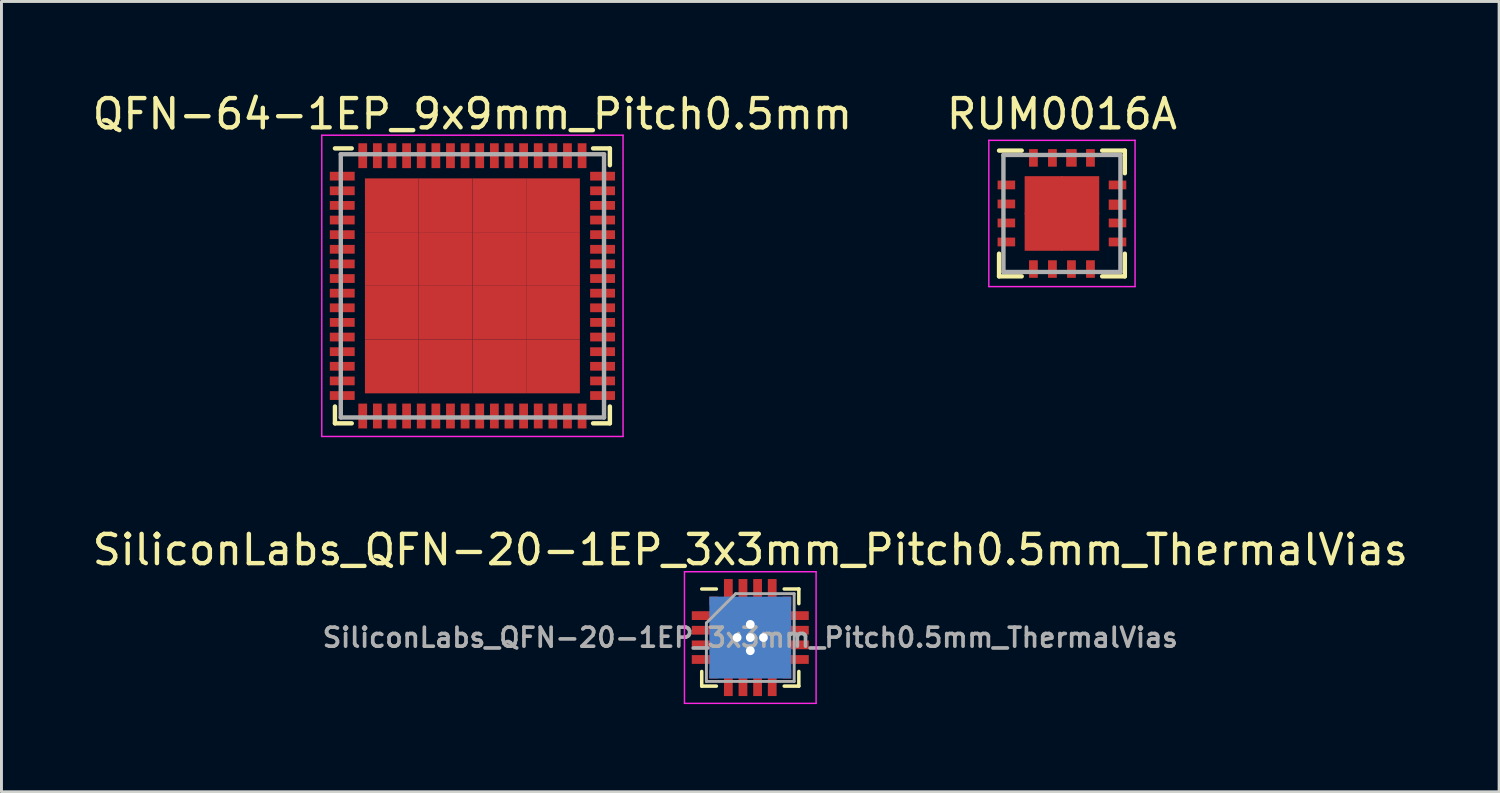
<source format=kicad_pcb>
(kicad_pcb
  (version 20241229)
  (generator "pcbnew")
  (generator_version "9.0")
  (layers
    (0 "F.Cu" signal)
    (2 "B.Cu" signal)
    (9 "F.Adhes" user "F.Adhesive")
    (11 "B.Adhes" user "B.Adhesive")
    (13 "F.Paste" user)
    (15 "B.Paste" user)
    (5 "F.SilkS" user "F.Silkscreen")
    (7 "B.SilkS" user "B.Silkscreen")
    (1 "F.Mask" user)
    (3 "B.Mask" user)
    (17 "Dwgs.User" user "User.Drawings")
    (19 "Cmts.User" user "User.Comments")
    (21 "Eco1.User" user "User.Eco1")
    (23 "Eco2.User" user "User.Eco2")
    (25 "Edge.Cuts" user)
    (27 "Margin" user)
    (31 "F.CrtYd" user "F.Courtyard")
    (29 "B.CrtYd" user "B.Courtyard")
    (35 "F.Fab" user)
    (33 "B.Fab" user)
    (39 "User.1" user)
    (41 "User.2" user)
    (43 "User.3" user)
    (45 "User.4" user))
  (footprint "RUM0016A"
    (layer "F.Cu")
    (at 33.256 4.248)
    (property "Reference" "RUM0016A" (at 0 -3.4 0) (layer "F.SilkS") (effects (font (size 1 1) (thickness 0.15))))
    (attr smd)
    (fp_line (start -2.15 -2.15) (end -1.375 -2.15) (stroke (width 0.15) (type solid)) (layer "F.SilkS"))
    (fp_line (start -2.15 2.15) (end -2.15 1.375) (stroke (width 0.15) (type solid)) (layer "F.SilkS"))
    (fp_line (start -2.15 2.15) (end -1.375 2.15) (stroke (width 0.15) (type solid)) (layer "F.SilkS"))
    (fp_line (start 2.15 -2.15) (end 1.375 -2.15) (stroke (width 0.15) (type solid)) (layer "F.SilkS"))
    (fp_line (start 2.15 -2.15) (end 2.15 -1.375) (stroke (width 0.15) (type solid)) (layer "F.SilkS"))
    (fp_line (start 2.15 2.15) (end 1.375 2.15) (stroke (width 0.15) (type solid)) (layer "F.SilkS"))
    (fp_line (start 2.15 2.15) (end 2.15 1.375) (stroke (width 0.15) (type solid)) (layer "F.SilkS"))
    (fp_line (start -2.5 -2.5) (end -2.5 2.5) (stroke (width 0.05) (type solid)) (layer "F.CrtYd"))
    (fp_line (start -2.5 -2.5) (end 2.5 -2.5) (stroke (width 0.05) (type solid)) (layer "F.CrtYd"))
    (fp_line (start -2.5 2.5) (end 2.5 2.5) (stroke (width 0.05) (type solid)) (layer "F.CrtYd"))
    (fp_line (start 2.5 -2.5) (end 2.5 2.5) (stroke (width 0.05) (type solid)) (layer "F.CrtYd"))
    (fp_line (start -2 -2) (end 2 -2) (stroke (width 0.15) (type solid)) (layer "F.Fab"))
    (fp_line (start -2 2) (end -2 -2) (stroke (width 0.15) (type solid)) (layer "F.Fab"))
    (fp_line (start 2 -2) (end 2 2) (stroke (width 0.15) (type solid)) (layer "F.Fab"))
    (fp_line (start 2 2) (end -2 2) (stroke (width 0.15) (type solid)) (layer "F.Fab"))
    (pad "1" smd rect (at -1.9 -0.975) (size 0.6 0.3) (layers "F.Cu" "F.Mask" "F.Paste"))
    (pad "2" smd rect (at -1.9 -0.325) (size 0.6 0.3) (layers "F.Cu" "F.Mask" "F.Paste"))
    (pad "3" smd rect (at -1.9 0.325) (size 0.6 0.3) (layers "F.Cu" "F.Mask" "F.Paste"))
    (pad "4" smd rect (at -1.9 0.975) (size 0.6 0.3) (layers "F.Cu" "F.Mask" "F.Paste"))
    (pad "5" smd rect (at -0.975 1.9 90) (size 0.6 0.3) (layers "F.Cu" "F.Mask" "F.Paste"))
    (pad "6" smd rect (at -0.325 1.9 90) (size 0.6 0.3) (layers "F.Cu" "F.Mask" "F.Paste"))
    (pad "7" smd rect (at 0.325 1.9 90) (size 0.6 0.3) (layers "F.Cu" "F.Mask" "F.Paste"))
    (pad "8" smd rect (at 0.975 1.9 90) (size 0.6 0.3) (layers "F.Cu" "F.Mask" "F.Paste"))
    (pad "9" smd rect (at 1.9 0.975) (size 0.6 0.3) (layers "F.Cu" "F.Mask" "F.Paste"))
    (pad "10" smd rect (at 1.9 0.325) (size 0.6 0.3) (layers "F.Cu" "F.Mask" "F.Paste"))
    (pad "11" smd rect (at 1.9 -0.3) (size 0.6 0.35) (layers "F.Cu" "F.Mask" "F.Paste"))
    (pad "12" smd rect (at 1.9 -0.975) (size 0.6 0.3) (layers "F.Cu" "F.Mask" "F.Paste"))
    (pad "13" smd rect (at 0.975 -1.9 90) (size 0.6 0.3) (layers "F.Cu" "F.Mask" "F.Paste"))
    (pad "14" smd rect (at 0.325 -1.9 90) (size 0.6 0.36) (layers "F.Cu" "F.Mask" "F.Paste"))
    (pad "15" smd rect (at -0.325 -1.9 90) (size 0.6 0.3) (layers "F.Cu" "F.Mask" "F.Paste"))
    (pad "16" smd rect (at -0.975 -1.9 90) (size 0.6 0.3) (layers "F.Cu" "F.Mask" "F.Paste"))
    (pad "17" smd rect (at -0.625 -0.625) (size 1.3 1.3) (layers "F.Cu" "F.Mask" "F.Paste"))
    (pad "17" smd rect (at -0.625 0.625) (size 1.3 1.3) (layers "F.Cu" "F.Mask" "F.Paste"))
    (pad "17" smd rect (at 0.625 -0.625) (size 1.3 1.3) (layers "F.Cu" "F.Mask" "F.Paste"))
    (pad "17" smd rect (at 0.625 0.625) (size 1.3 1.3) (layers "F.Cu" "F.Mask" "F.Paste")))
  (footprint "QFN-64-1EP_9x9mm_Pitch0.5mm"
    (layer "F.Cu")
    (at 13.101 6.723)
    (property "Reference" "QFN-64-1EP_9x9mm_Pitch0.5mm" (at 0 -5.875 0) (layer "F.SilkS") (effects (font (size 1 1) (thickness 0.15))))
    (attr smd)
    (fp_line (start -4.7 -4.7) (end -4.125 -4.7) (stroke (width 0.15) (type solid)) (layer "F.SilkS"))
    (fp_line (start -4.7 4.7) (end -4.7 4.125) (stroke (width 0.15) (type solid)) (layer "F.SilkS"))
    (fp_line (start -4.7 4.7) (end -4.125 4.7) (stroke (width 0.15) (type solid)) (layer "F.SilkS"))
    (fp_line (start 4.7 -4.7) (end 4.125 -4.7) (stroke (width 0.15) (type solid)) (layer "F.SilkS"))
    (fp_line (start 4.7 -4.7) (end 4.7 -4.125) (stroke (width 0.15) (type solid)) (layer "F.SilkS"))
    (fp_line (start 4.7 4.7) (end 4.125 4.7) (stroke (width 0.15) (type solid)) (layer "F.SilkS"))
    (fp_line (start 4.7 4.7) (end 4.7 4.125) (stroke (width 0.15) (type solid)) (layer "F.SilkS"))
    (fp_line (start -5.15 -5.15) (end -5.15 5.15) (stroke (width 0.05) (type solid)) (layer "F.CrtYd"))
    (fp_line (start -5.15 -5.15) (end 5.15 -5.15) (stroke (width 0.05) (type solid)) (layer "F.CrtYd"))
    (fp_line (start -5.15 5.15) (end 5.15 5.15) (stroke (width 0.05) (type solid)) (layer "F.CrtYd"))
    (fp_line (start 5.15 -5.15) (end 5.15 5.15) (stroke (width 0.05) (type solid)) (layer "F.CrtYd"))
    (fp_line (start -4.5 -4.5) (end 4.5 -4.5) (stroke (width 0.15) (type solid)) (layer "F.Fab"))
    (fp_line (start -4.5 4.5) (end -4.5 -4.5) (stroke (width 0.15) (type solid)) (layer "F.Fab"))
    (fp_line (start 4.5 -4.5) (end 4.5 4.5) (stroke (width 0.15) (type solid)) (layer "F.Fab"))
    (fp_line (start 4.5 4.5) (end -4.5 4.5) (stroke (width 0.15) (type solid)) (layer "F.Fab"))
    (pad "1" smd rect (at -4.45 -3.75) (size 0.85 0.3) (layers "F.Cu" "F.Mask" "F.Paste"))
    (pad "2" smd rect (at -4.45 -3.25) (size 0.85 0.3) (layers "F.Cu" "F.Mask" "F.Paste"))
    (pad "3" smd rect (at -4.45 -2.75) (size 0.85 0.3) (layers "F.Cu" "F.Mask" "F.Paste"))
    (pad "4" smd rect (at -4.45 -2.25) (size 0.85 0.3) (layers "F.Cu" "F.Mask" "F.Paste"))
    (pad "5" smd rect (at -4.45 -1.75) (size 0.85 0.3) (layers "F.Cu" "F.Mask" "F.Paste"))
    (pad "6" smd rect (at -4.45 -1.25) (size 0.85 0.3) (layers "F.Cu" "F.Mask" "F.Paste"))
    (pad "7" smd rect (at -4.45 -0.75) (size 0.85 0.3) (layers "F.Cu" "F.Mask" "F.Paste"))
    (pad "8" smd rect (at -4.45 -0.25) (size 0.85 0.3) (layers "F.Cu" "F.Mask" "F.Paste"))
    (pad "9" smd rect (at -4.45 0.25) (size 0.85 0.3) (layers "F.Cu" "F.Mask" "F.Paste"))
    (pad "10" smd rect (at -4.45 0.75) (size 0.85 0.3) (layers "F.Cu" "F.Mask" "F.Paste"))
    (pad "11" smd rect (at -4.45 1.25) (size 0.85 0.3) (layers "F.Cu" "F.Mask" "F.Paste"))
    (pad "12" smd rect (at -4.45 1.75) (size 0.85 0.3) (layers "F.Cu" "F.Mask" "F.Paste"))
    (pad "13" smd rect (at -4.45 2.25) (size 0.85 0.3) (layers "F.Cu" "F.Mask" "F.Paste"))
    (pad "14" smd rect (at -4.45 2.75) (size 0.85 0.3) (layers "F.Cu" "F.Mask" "F.Paste"))
    (pad "15" smd rect (at -4.45 3.25) (size 0.85 0.3) (layers "F.Cu" "F.Mask" "F.Paste"))
    (pad "16" smd rect (at -4.45 3.75) (size 0.85 0.3) (layers "F.Cu" "F.Mask" "F.Paste"))
    (pad "17" smd rect (at -3.75 4.45 90) (size 0.85 0.3) (layers "F.Cu" "F.Mask" "F.Paste"))
    (pad "18" smd rect (at -3.25 4.45 90) (size 0.85 0.3) (layers "F.Cu" "F.Mask" "F.Paste"))
    (pad "19" smd rect (at -2.75 4.45 90) (size 0.85 0.3) (layers "F.Cu" "F.Mask" "F.Paste"))
    (pad "20" smd rect (at -2.25 4.45 90) (size 0.85 0.3) (layers "F.Cu" "F.Mask" "F.Paste"))
    (pad "21" smd rect (at -1.75 4.45 90) (size 0.85 0.3) (layers "F.Cu" "F.Mask" "F.Paste"))
    (pad "22" smd rect (at -1.25 4.45 90) (size 0.85 0.3) (layers "F.Cu" "F.Mask" "F.Paste"))
    (pad "23" smd rect (at -0.75 4.45 90) (size 0.85 0.3) (layers "F.Cu" "F.Mask" "F.Paste"))
    (pad "24" smd rect (at -0.25 4.45 90) (size 0.85 0.3) (layers "F.Cu" "F.Mask" "F.Paste"))
    (pad "25" smd rect (at 0.25 4.45 90) (size 0.85 0.3) (layers "F.Cu" "F.Mask" "F.Paste"))
    (pad "26" smd rect (at 0.75 4.45 90) (size 0.85 0.3) (layers "F.Cu" "F.Mask" "F.Paste"))
    (pad "27" smd rect (at 1.25 4.45 90) (size 0.85 0.3) (layers "F.Cu" "F.Mask" "F.Paste"))
    (pad "28" smd rect (at 1.75 4.45 90) (size 0.85 0.3) (layers "F.Cu" "F.Mask" "F.Paste"))
    (pad "29" smd rect (at 2.25 4.45 90) (size 0.85 0.3) (layers "F.Cu" "F.Mask" "F.Paste"))
    (pad "30" smd rect (at 2.75 4.45 90) (size 0.85 0.3) (layers "F.Cu" "F.Mask" "F.Paste"))
    (pad "31" smd rect (at 3.25 4.45 90) (size 0.85 0.3) (layers "F.Cu" "F.Mask" "F.Paste"))
    (pad "32" smd rect (at 3.75 4.45 90) (size 0.85 0.3) (layers "F.Cu" "F.Mask" "F.Paste"))
    (pad "33" smd rect (at 4.45 3.75) (size 0.85 0.3) (layers "F.Cu" "F.Mask" "F.Paste"))
    (pad "34" smd rect (at 4.45 3.25) (size 0.85 0.3) (layers "F.Cu" "F.Mask" "F.Paste"))
    (pad "35" smd rect (at 4.45 2.75) (size 0.85 0.3) (layers "F.Cu" "F.Mask" "F.Paste"))
    (pad "36" smd rect (at 4.45 2.25) (size 0.85 0.3) (layers "F.Cu" "F.Mask" "F.Paste"))
    (pad "37" smd rect (at 4.45 1.75) (size 0.85 0.3) (layers "F.Cu" "F.Mask" "F.Paste"))
    (pad "38" smd rect (at 4.45 1.25) (size 0.85 0.3) (layers "F.Cu" "F.Mask" "F.Paste"))
    (pad "39" smd rect (at 4.45 0.75) (size 0.85 0.3) (layers "F.Cu" "F.Mask" "F.Paste"))
    (pad "40" smd rect (at 4.45 0.25) (size 0.85 0.3) (layers "F.Cu" "F.Mask" "F.Paste"))
    (pad "41" smd rect (at 4.45 -0.25) (size 0.85 0.3) (layers "F.Cu" "F.Mask" "F.Paste"))
    (pad "42" smd rect (at 4.45 -0.75) (size 0.85 0.3) (layers "F.Cu" "F.Mask" "F.Paste"))
    (pad "43" smd rect (at 4.45 -1.25) (size 0.85 0.3) (layers "F.Cu" "F.Mask" "F.Paste"))
    (pad "44" smd rect (at 4.45 -1.75) (size 0.85 0.3) (layers "F.Cu" "F.Mask" "F.Paste"))
    (pad "45" smd rect (at 4.45 -2.25) (size 0.85 0.3) (layers "F.Cu" "F.Mask" "F.Paste"))
    (pad "46" smd rect (at 4.45 -2.75) (size 0.85 0.3) (layers "F.Cu" "F.Mask" "F.Paste"))
    (pad "47" smd rect (at 4.45 -3.25) (size 0.85 0.3) (layers "F.Cu" "F.Mask" "F.Paste"))
    (pad "48" smd rect (at 4.45 -3.75) (size 0.85 0.3) (layers "F.Cu" "F.Mask" "F.Paste"))
    (pad "49" smd rect (at 3.75 -4.45 90) (size 0.85 0.3) (layers "F.Cu" "F.Mask" "F.Paste"))
    (pad "50" smd rect (at 3.25 -4.45 90) (size 0.85 0.3) (layers "F.Cu" "F.Mask" "F.Paste"))
    (pad "51" smd rect (at 2.75 -4.45 90) (size 0.85 0.3) (layers "F.Cu" "F.Mask" "F.Paste"))
    (pad "52" smd rect (at 2.25 -4.45 90) (size 0.85 0.3) (layers "F.Cu" "F.Mask" "F.Paste"))
    (pad "53" smd rect (at 1.75 -4.45 90) (size 0.85 0.3) (layers "F.Cu" "F.Mask" "F.Paste"))
    (pad "54" smd rect (at 1.25 -4.45 90) (size 0.85 0.3) (layers "F.Cu" "F.Mask" "F.Paste"))
    (pad "55" smd rect (at 0.75 -4.45 90) (size 0.85 0.3) (layers "F.Cu" "F.Mask" "F.Paste"))
    (pad "56" smd rect (at 0.25 -4.45 90) (size 0.85 0.3) (layers "F.Cu" "F.Mask" "F.Paste"))
    (pad "57" smd rect (at -0.25 -4.45 90) (size 0.85 0.3) (layers "F.Cu" "F.Mask" "F.Paste"))
    (pad "58" smd rect (at -0.75 -4.45 90) (size 0.85 0.3) (layers "F.Cu" "F.Mask" "F.Paste"))
    (pad "59" smd rect (at -1.25 -4.45 90) (size 0.85 0.3) (layers "F.Cu" "F.Mask" "F.Paste"))
    (pad "60" smd rect (at -1.75 -4.45 90) (size 0.85 0.3) (layers "F.Cu" "F.Mask" "F.Paste"))
    (pad "61" smd rect (at -2.25 -4.45 90) (size 0.85 0.3) (layers "F.Cu" "F.Mask" "F.Paste"))
    (pad "62" smd rect (at -2.75 -4.45 90) (size 0.85 0.3) (layers "F.Cu" "F.Mask" "F.Paste"))
    (pad "63" smd rect (at -3.25 -4.45 90) (size 0.85 0.3) (layers "F.Cu" "F.Mask" "F.Paste"))
    (pad "64" smd rect (at -3.75 -4.45 90) (size 0.85 0.3) (layers "F.Cu" "F.Mask" "F.Paste"))
    (pad "65" smd rect (at -2.756 -2.756) (size 1.837 1.837) (layers "F.Cu" "F.Mask" "F.Paste"))
    (pad "65" smd rect (at -2.756 -0.919) (size 1.837 1.837) (layers "F.Cu" "F.Mask" "F.Paste"))
    (pad "65" smd rect (at -2.756 0.919) (size 1.837 1.837) (layers "F.Cu" "F.Mask" "F.Paste"))
    (pad "65" smd rect (at -2.756 2.756) (size 1.837 1.837) (layers "F.Cu" "F.Mask" "F.Paste"))
    (pad "65" smd rect (at -0.919 -2.756) (size 1.837 1.837) (layers "F.Cu" "F.Mask" "F.Paste"))
    (pad "65" smd rect (at -0.919 -0.919) (size 1.837 1.837) (layers "F.Cu" "F.Mask" "F.Paste"))
    (pad "65" smd rect (at -0.919 0.919) (size 1.837 1.837) (layers "F.Cu" "F.Mask" "F.Paste"))
    (pad "65" smd rect (at -0.919 2.756) (size 1.837 1.837) (layers "F.Cu" "F.Mask" "F.Paste"))
    (pad "65" smd rect (at 0.919 -2.756) (size 1.837 1.837) (layers "F.Cu" "F.Mask" "F.Paste"))
    (pad "65" smd rect (at 0.919 -0.919) (size 1.837 1.837) (layers "F.Cu" "F.Mask" "F.Paste"))
    (pad "65" smd rect (at 0.919 0.919) (size 1.837 1.837) (layers "F.Cu" "F.Mask" "F.Paste"))
    (pad "65" smd rect (at 0.919 2.756) (size 1.837 1.837) (layers "F.Cu" "F.Mask" "F.Paste"))
    (pad "65" smd rect (at 2.756 -2.756) (size 1.837 1.837) (layers "F.Cu" "F.Mask" "F.Paste"))
    (pad "65" smd rect (at 2.756 -0.919) (size 1.837 1.837) (layers "F.Cu" "F.Mask" "F.Paste"))
    (pad "65" smd rect (at 2.756 0.919) (size 1.837 1.837) (layers "F.Cu" "F.Mask" "F.Paste"))
    (pad "65" smd rect (at 2.756 2.756) (size 1.837 1.837) (layers "F.Cu" "F.Mask" "F.Paste")))
  (footprint "SiliconLabs_QFN-20-1EP_3x3mm_Pitch0.5mm_ThermalVias"
    (layer "F.Cu")
    (at 22.601 18.747)
    (property "Reference" "SiliconLabs_QFN-20-1EP_3x3mm_Pitch0.5mm_ThermalVias" (at 0 -3 0) (layer "F.SilkS") (effects (font (size 1 1) (thickness 0.15))))
    (attr smd)
    (fp_line (start -1.66 -1.66) (end -1.16 -1.66) (stroke (width 0.12) (type solid)) (layer "F.SilkS"))
    (fp_line (start -1.66 1.66) (end -1.66 1.16) (stroke (width 0.12) (type solid)) (layer "F.SilkS"))
    (fp_line (start -1.16 1.66) (end -1.66 1.66) (stroke (width 0.12) (type solid)) (layer "F.SilkS"))
    (fp_line (start 1.16 -1.66) (end 1.66 -1.66) (stroke (width 0.12) (type solid)) (layer "F.SilkS"))
    (fp_line (start 1.16 1.66) (end 1.66 1.66) (stroke (width 0.12) (type solid)) (layer "F.SilkS"))
    (fp_line (start 1.66 -1.66) (end 1.66 -1.16) (stroke (width 0.12) (type solid)) (layer "F.SilkS"))
    (fp_line (start 1.66 1.66) (end 1.66 1.16) (stroke (width 0.12) (type solid)) (layer "F.SilkS"))
    (fp_line (start -2.25 -2.25) (end -2.25 2.25) (stroke (width 0.05) (type solid)) (layer "F.CrtYd"))
    (fp_line (start -2.25 2.25) (end 2.25 2.25) (stroke (width 0.05) (type solid)) (layer "F.CrtYd"))
    (fp_line (start 2.25 -2.25) (end -2.25 -2.25) (stroke (width 0.05) (type solid)) (layer "F.CrtYd"))
    (fp_line (start 2.25 2.25) (end 2.25 -2.25) (stroke (width 0.05) (type solid)) (layer "F.CrtYd"))
    (fp_line (start -1.5 -0.5) (end -0.5 -1.5) (stroke (width 0.1) (type solid)) (layer "F.Fab"))
    (fp_line (start -1.5 1.5) (end -1.5 -0.5) (stroke (width 0.1) (type solid)) (layer "F.Fab"))
    (fp_line (start -0.5 -1.5) (end 1.5 -1.5) (stroke (width 0.1) (type solid)) (layer "F.Fab"))
    (fp_line (start 1.5 -1.5) (end 1.5 1.5) (stroke (width 0.1) (type solid)) (layer "F.Fab"))
    (fp_line (start 1.5 1.5) (end -1.5 1.5) (stroke (width 0.1) (type solid)) (layer "F.Fab"))
    (fp_text user "${REFERENCE}" (at 0 0 0) (layer "F.Fab") (effects (font (size 0.65 0.65) (thickness 0.125))))
    (pad "1" smd rect (at -1.25 -1.25) (size 0.3 0.3) (layers "F.Cu" "F.Mask" "F.Paste"))
    (pad "2" smd rect (at -1.55 -0.75) (size 0.9 0.3) (layers "F.Cu" "F.Mask" "F.Paste"))
    (pad "3" smd rect (at -1.55 -0.25) (size 0.9 0.3) (layers "F.Cu" "F.Mask" "F.Paste"))
    (pad "4" smd rect (at -1.55 0.25) (size 0.9 0.3) (layers "F.Cu" "F.Mask" "F.Paste"))
    (pad "5" smd rect (at -1.55 0.75) (size 0.9 0.3) (layers "F.Cu" "F.Mask" "F.Paste"))
    (pad "6" smd rect (at -1.25 1.25) (size 0.3 0.3) (layers "F.Cu" "F.Mask" "F.Paste"))
    (pad "7" smd rect (at -0.75 1.55 90) (size 0.9 0.3) (layers "F.Cu" "F.Mask" "F.Paste"))
    (pad "8" smd rect (at -0.25 1.55 90) (size 0.9 0.3) (layers "F.Cu" "F.Mask" "F.Paste"))
    (pad "9" smd rect (at 0.25 1.55 90) (size 0.9 0.3) (layers "F.Cu" "F.Mask" "F.Paste"))
    (pad "10" smd rect (at 0.75 1.55 90) (size 0.9 0.3) (layers "F.Cu" "F.Mask" "F.Paste"))
    (pad "11" smd rect (at 1.25 1.25) (size 0.3 0.3) (layers "F.Cu" "F.Mask" "F.Paste"))
    (pad "12" smd rect (at 1.55 0.75) (size 0.9 0.3) (layers "F.Cu" "F.Mask" "F.Paste"))
    (pad "13" smd rect (at 1.55 0.25) (size 0.9 0.3) (layers "F.Cu" "F.Mask" "F.Paste"))
    (pad "14" smd rect (at 1.55 -0.25) (size 0.9 0.3) (layers "F.Cu" "F.Mask" "F.Paste"))
    (pad "15" smd rect (at 1.55 -0.75) (size 0.9 0.3) (layers "F.Cu" "F.Mask" "F.Paste"))
    (pad "16" smd rect (at 1.25 -1.25) (size 0.3 0.3) (layers "F.Cu" "F.Mask" "F.Paste"))
    (pad "17" smd rect (at 0.75 -1.55 90) (size 0.9 0.3) (layers "F.Cu" "F.Mask" "F.Paste"))
    (pad "18" smd rect (at 0.25 -1.55 90) (size 0.9 0.3) (layers "F.Cu" "F.Mask" "F.Paste"))
    (pad "19" smd rect (at -0.25 -1.55 90) (size 0.9 0.3) (layers "F.Cu" "F.Mask" "F.Paste"))
    (pad "20" smd rect (at -0.75 -1.55 90) (size 0.9 0.3) (layers "F.Cu" "F.Mask" "F.Paste"))
    (pad "21" smd rect (at -0.45 -0.45) (size 0.9 0.9) (layers "F.Cu" "F.Mask" "F.Paste"))
    (pad "21" thru_hole circle (at -0.45 0) (size 0.6 0.6) (drill 0.3) (layers "*.Cu"))
    (pad "21" smd rect (at -0.45 0.45) (size 0.9 0.9) (layers "F.Cu" "F.Mask" "F.Paste"))
    (pad "21" thru_hole circle (at 0 -0.45) (size 0.6 0.6) (drill 0.3) (layers "*.Cu"))
    (pad "21" thru_hole circle (at 0 0) (size 0.6 0.6) (drill 0.3) (layers "*.Cu"))
    (pad "21" smd rect (at 0 0) (size 2.8 2.8) (layers "B.Cu"))
    (pad "21" thru_hole circle (at 0 0.45) (size 0.6 0.6) (drill 0.3) (layers "*.Cu"))
    (pad "21" smd rect (at 0.45 -0.45) (size 0.9 0.9) (layers "F.Cu" "F.Mask" "F.Paste"))
    (pad "21" thru_hole circle (at 0.45 0) (size 0.6 0.6) (drill 0.3) (layers "*.Cu"))
    (pad "21" smd rect (at 0.45 0.45) (size 0.9 0.9) (layers "F.Cu" "F.Mask" "F.Paste")))
  (gr_rect
    (start -3 -3)
    (end 48.202 24.021)
    (stroke (width 0.1) (type default))
    (fill no)
    (layer "Edge.Cuts")))
</source>
